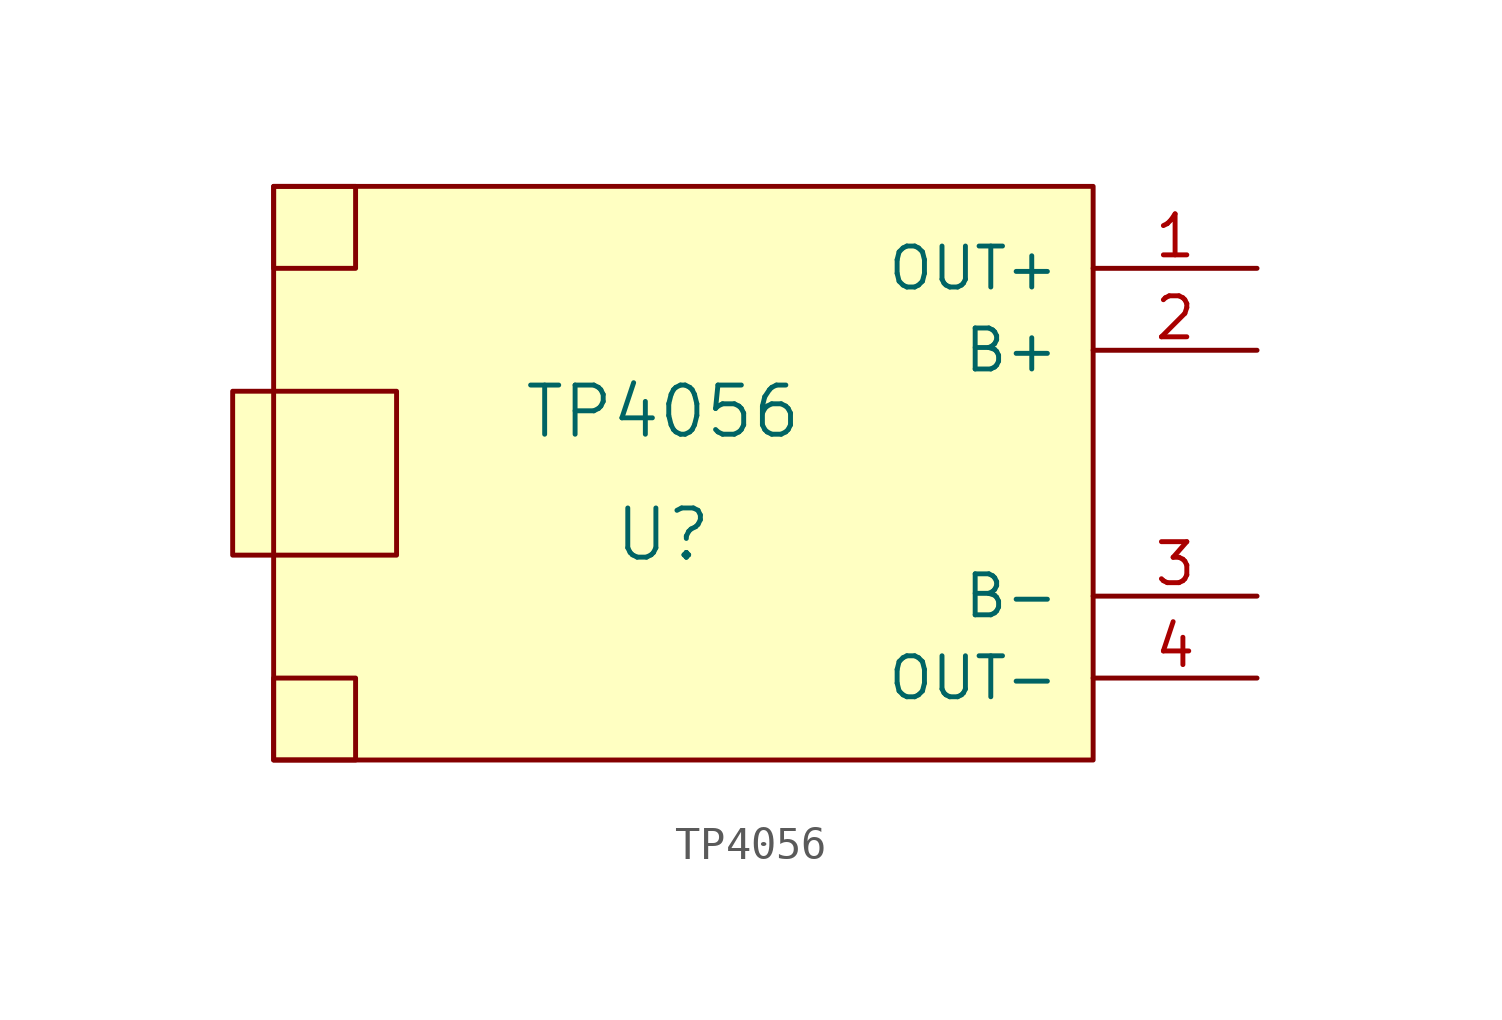
<source format=kicad_sym>
(kicad_symbol_lib
  (version 20211014)
  (generator kicad_symbol_editor)
  (symbol "TP4056"
    (pin_names
      (offset 1.016))
    (property "Reference" "U"
      (at -1.27 -7.62 0)
      (effects (font (size 1.524 1.524))))
    (property "Value" "TP4056"
      (at -1.27 -3.81 0)
      (effects (font (size 1.524 1.524))))
    (symbol "TP4056_0_1"
      (rectangle (start -10.795 -12.065) (end -13.335 -14.605) (stroke (width 0) (type default) (color 0 0 0 0)) (fill (type none)))
      (rectangle (start -10.795 3.175) (end -13.335 0.635) (stroke (width 0) (type default) (color 0 0 0 0)) (fill (type none)))
      (rectangle (start -9.525 -3.175) (end -14.605 -8.255) (stroke (width 0) (type default) (color 0 0 0 0)) (fill (type background)))
      (rectangle (start 12.065 3.175) (end -13.335 -14.605) (stroke (width 0) (type default) (color 0 0 0 0)) (fill (type background))))
    (symbol "TP4056_1_1"
      (pin power_out line (at 17.145 0.635 180) (length 5.08) (name "OUT+" (effects (font (size 1.27 1.27)))) (number "1" (effects (font (size 1.27 1.27)))))
      (pin bidirectional line (at 17.145 -1.905 180) (length 5.08) (name "B+" (effects (font (size 1.27 1.27)))) (number "2" (effects (font (size 1.27 1.27)))))
      (pin bidirectional line (at 17.145 -9.525 180) (length 5.08) (name "B-" (effects (font (size 1.27 1.27)))) (number "3" (effects (font (size 1.27 1.27)))))
      (pin power_out line (at 17.145 -12.065 180) (length 5.08) (name "OUT-" (effects (font (size 1.27 1.27)))) (number "4" (effects (font (size 1.27 1.27))))))))
</source>
